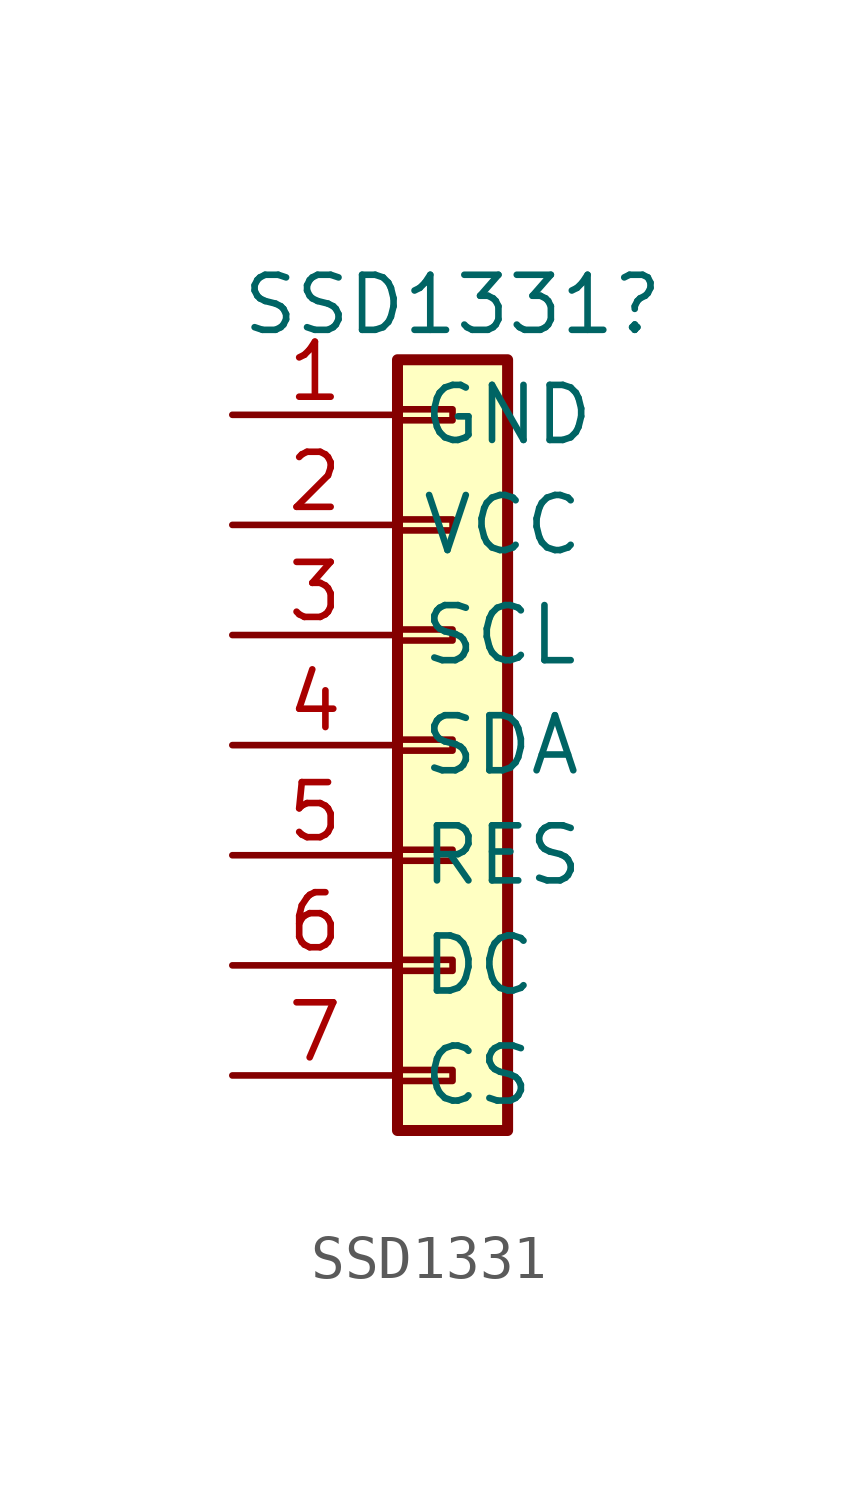
<source format=kicad_sym>
(kicad_symbol_lib
  (version 20231120)
  (generator "kicad_symbol_editor")
  (generator_version "8.0")
  (symbol "SSD1331"
    (property "Reference" "SSD1331"
      (at 0 10.16 0)
      (effects (font (size 1.27 1.27))))
    (property "Value" ""
      (at 0 10.16 0)
      (effects (font (size 1.27 1.27))))
    (symbol "SSD1331_1_1"
      (rectangle (start -1.27 -7.493) (end 0 -7.747) (stroke (width 0.152) (type default)) (fill (type none)))
      (rectangle (start -1.27 -4.953) (end 0 -5.207) (stroke (width 0.152) (type default)) (fill (type none)))
      (rectangle (start -1.27 -2.413) (end 0 -2.667) (stroke (width 0.152) (type default)) (fill (type none)))
      (rectangle (start -1.27 0.127) (end 0 -0.127) (stroke (width 0.152) (type default)) (fill (type none)))
      (rectangle (start -1.27 2.667) (end 0 2.413) (stroke (width 0.152) (type default)) (fill (type none)))
      (rectangle (start -1.27 5.207) (end 0 4.953) (stroke (width 0.152) (type default)) (fill (type none)))
      (rectangle (start -1.27 7.747) (end 0 7.493) (stroke (width 0.152) (type default)) (fill (type none)))
      (rectangle (start -1.27 8.89) (end 1.27 -8.89) (stroke (width 0.254) (type default)) (fill (type background)))
      (pin passive line (at -5.08 7.62 0) (length 3.81) (name "GND" (effects (font (size 1.27 1.27)))) (number "1" (effects (font (size 1.27 1.27)))))
      (pin passive line (at -5.08 5.08 0) (length 3.81) (name "VCC" (effects (font (size 1.27 1.27)))) (number "2" (effects (font (size 1.27 1.27)))))
      (pin passive line (at -5.08 2.54 0) (length 3.81) (name "SCL" (effects (font (size 1.27 1.27)))) (number "3" (effects (font (size 1.27 1.27)))))
      (pin passive line (at -5.08 0 0) (length 3.81) (name "SDA" (effects (font (size 1.27 1.27)))) (number "4" (effects (font (size 1.27 1.27)))))
      (pin passive line (at -5.08 -2.54 0) (length 3.81) (name "RES" (effects (font (size 1.27 1.27)))) (number "5" (effects (font (size 1.27 1.27)))))
      (pin passive line (at -5.08 -5.08 0) (length 3.81) (name "DC" (effects (font (size 1.27 1.27)))) (number "6" (effects (font (size 1.27 1.27)))))
      (pin passive line (at -5.08 -7.62 0) (length 3.81) (name "CS" (effects (font (size 1.27 1.27)))) (number "7" (effects (font (size 1.27 1.27))))))))
</source>
